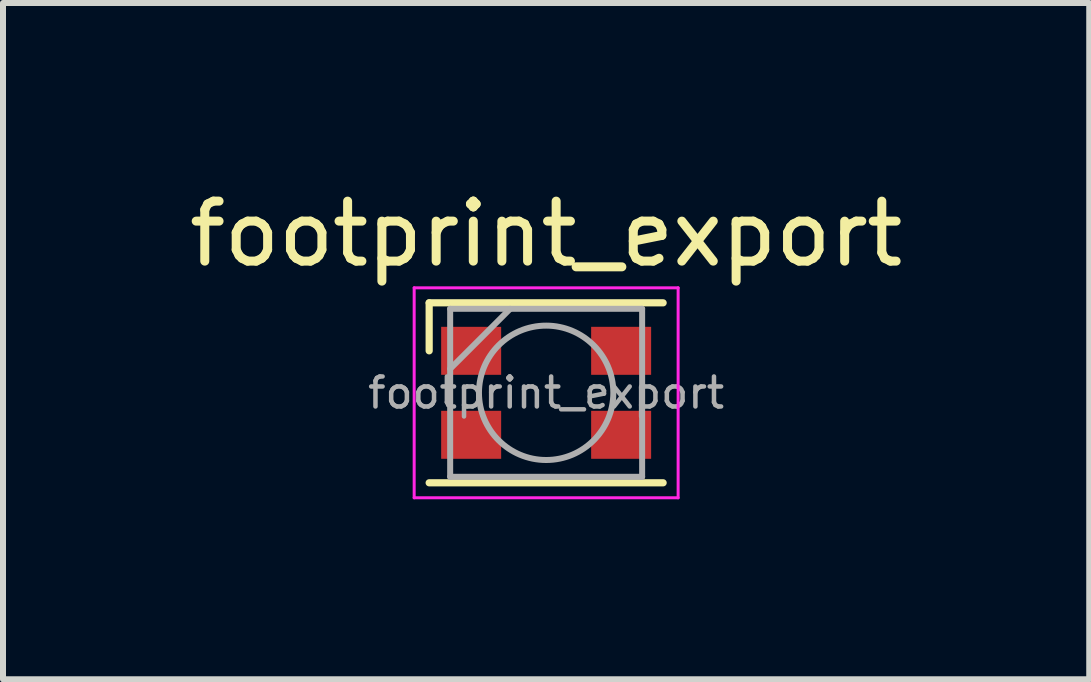
<source format=kicad_pcb>
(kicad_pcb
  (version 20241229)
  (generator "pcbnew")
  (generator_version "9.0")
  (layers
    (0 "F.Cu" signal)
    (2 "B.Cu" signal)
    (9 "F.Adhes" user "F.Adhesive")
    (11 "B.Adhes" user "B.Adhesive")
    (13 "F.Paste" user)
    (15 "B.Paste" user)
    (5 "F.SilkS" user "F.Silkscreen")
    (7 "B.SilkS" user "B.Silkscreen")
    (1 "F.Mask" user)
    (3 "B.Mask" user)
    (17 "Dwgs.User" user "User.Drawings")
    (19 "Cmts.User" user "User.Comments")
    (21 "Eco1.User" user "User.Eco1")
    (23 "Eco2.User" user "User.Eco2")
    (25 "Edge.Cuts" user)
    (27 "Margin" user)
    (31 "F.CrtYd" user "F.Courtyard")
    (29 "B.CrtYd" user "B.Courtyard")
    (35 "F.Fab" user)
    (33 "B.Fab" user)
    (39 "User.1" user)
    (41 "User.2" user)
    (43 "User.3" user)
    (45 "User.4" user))
  (footprint "footprint_export"
    (layer "F.Cu")
    (at 6.054 3.498)
    (property "Reference" "footprint_export" (at 0 -2.65 0) (layer "F.SilkS") (effects (font (size 1 1) (thickness 0.15))))
    (attr smd)
    (fp_line (start -1.95 -1.5) (end 1.95 -1.5) (stroke (width 0.12) (type solid)) (layer "F.SilkS"))
    (fp_line (start -1.95 -0.7) (end -1.95 -1.5) (stroke (width 0.12) (type solid)) (layer "F.SilkS"))
    (fp_line (start -1.95 1.5) (end 1.95 1.5) (stroke (width 0.12) (type solid)) (layer "F.SilkS"))
    (fp_line (start -2.2 -1.75) (end -2.2 1.75) (stroke (width 0.05) (type solid)) (layer "F.CrtYd"))
    (fp_line (start -2.2 1.75) (end 2.2 1.75) (stroke (width 0.05) (type solid)) (layer "F.CrtYd"))
    (fp_line (start 2.2 -1.75) (end -2.2 -1.75) (stroke (width 0.05) (type solid)) (layer "F.CrtYd"))
    (fp_line (start 2.2 1.75) (end 2.2 -1.75) (stroke (width 0.05) (type solid)) (layer "F.CrtYd"))
    (fp_line (start -1.6 -1.4) (end -1.6 1.4) (stroke (width 0.1) (type solid)) (layer "F.Fab"))
    (fp_line (start -1.6 1.4) (end 1.6 1.4) (stroke (width 0.1) (type solid)) (layer "F.Fab"))
    (fp_line (start -0.6 -1.4) (end -1.6 -0.4) (stroke (width 0.1) (type solid)) (layer "F.Fab"))
    (fp_line (start 1.6 -1.4) (end -1.6 -1.4) (stroke (width 0.1) (type solid)) (layer "F.Fab"))
    (fp_line (start 1.6 1.4) (end 1.6 -1.4) (stroke (width 0.1) (type solid)) (layer "F.Fab"))
    (fp_circle (center 0 0) (end 1.12 0) (stroke (width 0.1) (type solid)) (fill no) (layer "F.Fab"))
    (fp_text user "${REFERENCE}" (at 0 0 0) (layer "F.Fab") (effects (font (size 0.5 0.5) (thickness 0.075))))
    (pad "1" smd rect (at -1.25 -0.7) (size 1 0.8) (layers "F.Cu" "F.Mask" "F.Paste"))
    (pad "2" smd rect (at -1.25 0.7) (size 1 0.8) (layers "F.Cu" "F.Mask" "F.Paste"))
    (pad "3" smd rect (at 1.25 0.7) (size 1 0.8) (layers "F.Cu" "F.Mask" "F.Paste"))
    (pad "4" smd rect (at 1.25 -0.7) (size 1 0.8) (layers "F.Cu" "F.Mask" "F.Paste")))
  (gr_rect
    (start -3 -3)
    (end 15.107 8.273)
    (stroke (width 0.1) (type default))
    (fill no)
    (layer "Edge.Cuts")))
</source>
